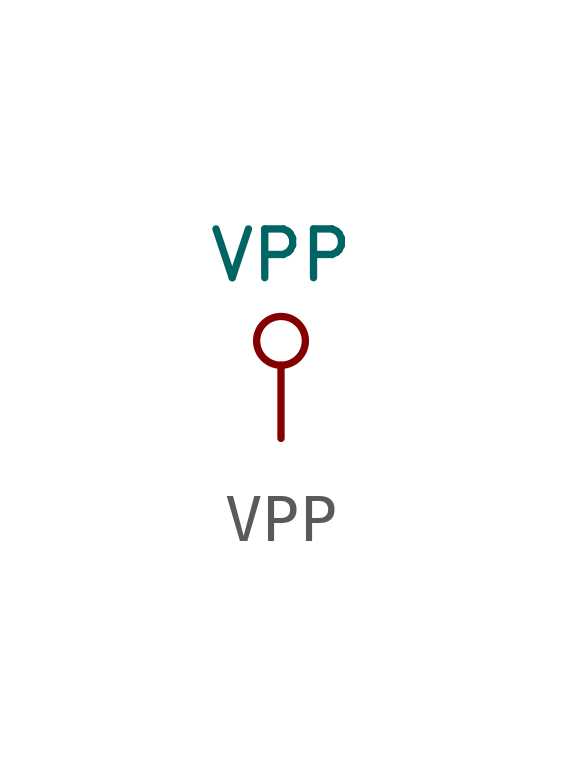
<source format=kicad_sym>
(kicad_symbol_lib
  (version 20211014)
  (generator kicad_symbol_editor)
  (symbol "VPP"
    (pin_names
      (offset 0))
    (property "Reference" "#PWR"
      (at 0 5.08 0)
      (effects (font (size 1.016 1.016)) hide))
    (property "Value" "VPP"
      (at 0 3.81 0)
      (effects (font (size 1.016 1.016))))
    (symbol "VPP_0_0"
      (pin power_in line (at 0 0 90) (length 0) hide (name "VPP" (effects (font (size 1.016 1.016)))) (number "1" (effects (font (size 1.016 1.016))))))
    (symbol "VPP_0_1"
      (polyline (pts (xy 0 1.524) (xy 0 0)) (stroke (width 0) (type default) (color 0 0 0 0)) (fill (type none)))
      (circle (center 0 2.032) (radius 0.508) (stroke (width 0) (type default) (color 0 0 0 0)) (fill (type none))))))
</source>
